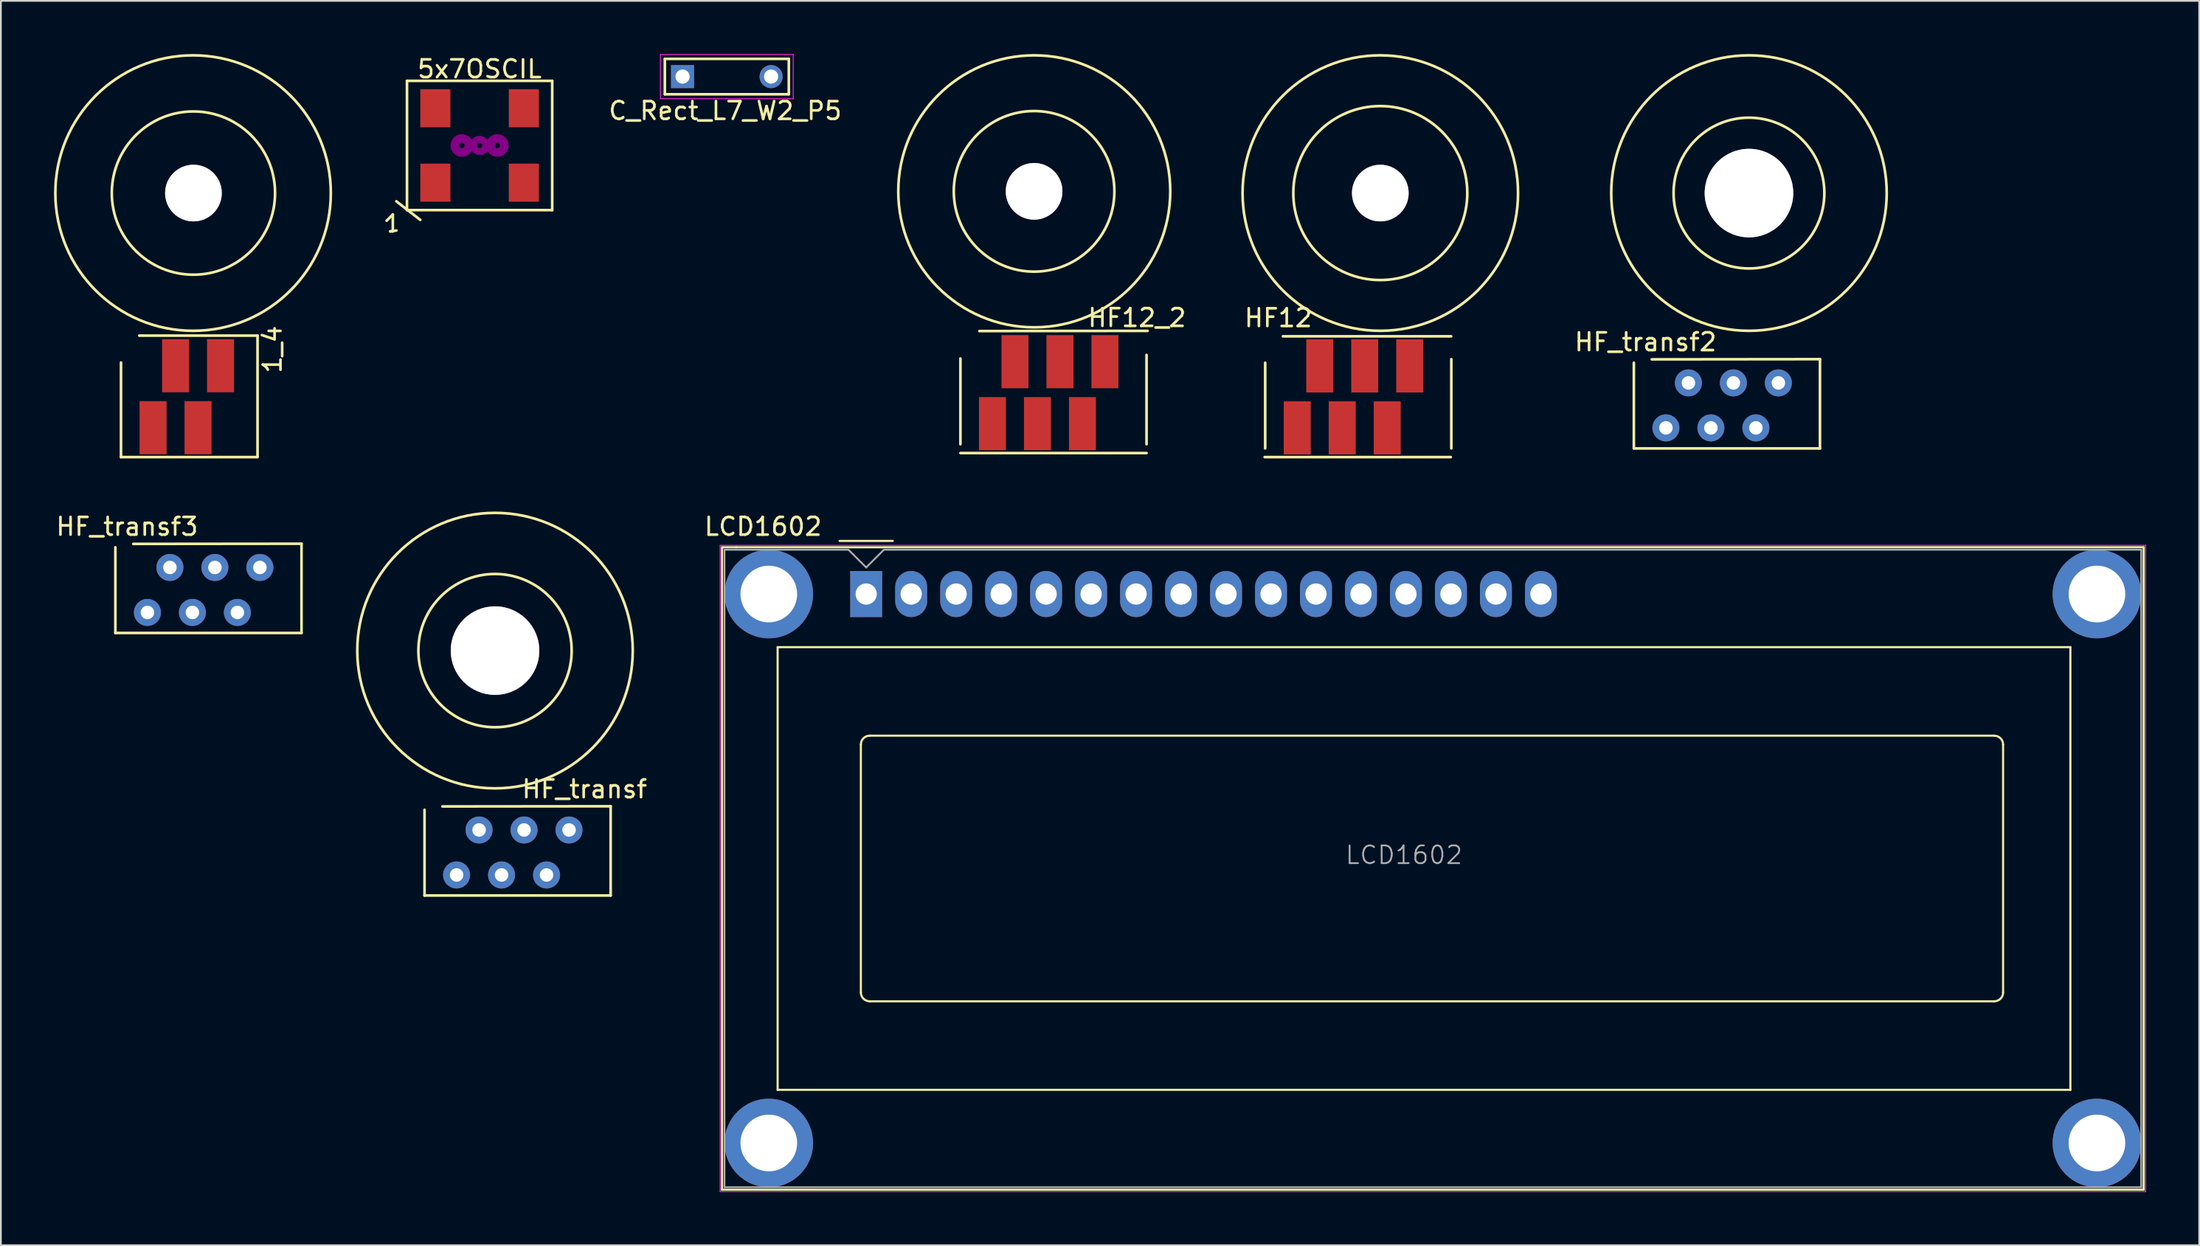
<source format=kicad_pcb>
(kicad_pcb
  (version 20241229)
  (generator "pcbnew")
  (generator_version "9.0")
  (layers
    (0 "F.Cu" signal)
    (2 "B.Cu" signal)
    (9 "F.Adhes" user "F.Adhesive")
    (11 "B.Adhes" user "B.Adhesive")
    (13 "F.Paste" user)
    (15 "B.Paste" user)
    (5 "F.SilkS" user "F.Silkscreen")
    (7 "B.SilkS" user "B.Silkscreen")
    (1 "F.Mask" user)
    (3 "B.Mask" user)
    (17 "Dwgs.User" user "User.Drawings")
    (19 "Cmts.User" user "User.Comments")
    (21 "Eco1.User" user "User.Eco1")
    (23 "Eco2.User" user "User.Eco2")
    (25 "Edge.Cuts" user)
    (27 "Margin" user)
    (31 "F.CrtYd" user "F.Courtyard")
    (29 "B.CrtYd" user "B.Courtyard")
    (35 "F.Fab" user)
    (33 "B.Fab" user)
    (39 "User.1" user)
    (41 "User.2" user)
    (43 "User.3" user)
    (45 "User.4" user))
  (footprint "1_4"
    (layer "F.Cu")
    (at 5.593 21.103)
    (property "Reference" "1_4" (at 6.74 -4.42 270) (layer "F.SilkS") (effects (font (size 1 1) (thickness 0.15))))
    (attr through_hole)
    (fp_line (start -1.81 1.66) (end -1.81 -3.68) (stroke (width 0.15) (type solid)) (layer "F.SilkS"))
    (fp_line (start -0.78 -5.2) (end 5.9 -5.2) (stroke (width 0.15) (type solid)) (layer "F.SilkS"))
    (fp_line (start 5.88 1.66) (end -1.81 1.66) (stroke (width 0.15) (type solid)) (layer "F.SilkS"))
    (fp_line (start 5.9 -5.2) (end 5.9 1.66) (stroke (width 0.15) (type solid)) (layer "F.SilkS"))
    (fp_circle (center 2.26 -13.25) (end 7.76 -7.75) (stroke (width 0.15) (type solid)) (fill no) (layer "F.SilkS"))
    (fp_circle (center 2.28 -13.25) (end 6.48 -11.35) (stroke (width 0.15) (type solid)) (fill no) (layer "F.SilkS"))
    (pad "1" smd rect (at 0 0) (size 1.524 3) (layers "F.Cu" "F.Mask" "F.Paste"))
    (pad "2" smd rect (at 1.27 -3.5) (size 1.524 3) (layers "F.Cu" "F.Mask" "F.Paste"))
    (pad "3" smd rect (at 2.54 0) (size 1.524 3) (layers "F.Cu" "F.Mask" "F.Paste"))
    (pad "4" smd rect (at 3.81 -3.5) (size 1.524 3) (layers "F.Cu" "F.Mask" "F.Paste"))
    (pad "6" thru_hole circle (at 2.28 -13.25) (size 3.2 3.2) (drill 3.2) (layers "*.Cu" "*.Mask")))
  (footprint "HF_transf"
    (layer "F.Cu")
    (at 22.733 46.361)
    (property "Reference" "HF_transf" (at 7.225 -4.85 0) (layer "F.SilkS") (effects (font (size 1 1) (thickness 0.15))))
    (attr through_hole)
    (fp_line (start -1.81 1.16) (end -1.81 -3.68) (stroke (width 0.15) (type solid)) (layer "F.SilkS"))
    (fp_line (start -0.8 -3.87) (end 8.7 -3.88) (stroke (width 0.15) (type solid)) (layer "F.SilkS"))
    (fp_line (start 8.7 -3.88) (end 8.7 1.16) (stroke (width 0.15) (type solid)) (layer "F.SilkS"))
    (fp_line (start 8.7 1.16) (end -1.81 1.16) (stroke (width 0.15) (type solid)) (layer "F.SilkS"))
    (fp_circle (center 2.17 -12.67) (end 5.27 -9.65) (stroke (width 0.15) (type solid)) (fill no) (layer "F.SilkS"))
    (fp_circle (center 2.17 -12.67) (end 7.67 -7.17) (stroke (width 0.15) (type solid)) (fill no) (layer "F.SilkS"))
    (pad "1" thru_hole circle (at 0 0) (size 1.524 1.524) (drill 0.762) (layers "*.Cu" "*.Mask"))
    (pad "2" thru_hole circle (at 1.27 -2.54) (size 1.524 1.524) (drill 0.762) (layers "*.Cu" "*.Mask"))
    (pad "3" thru_hole circle (at 2.54 0) (size 1.524 1.524) (drill 0.762) (layers "*.Cu" "*.Mask"))
    (pad "4" thru_hole circle (at 3.81 -2.54) (size 1.524 1.524) (drill 0.762) (layers "*.Cu" "*.Mask"))
    (pad "5" thru_hole circle (at 5.08 0) (size 1.524 1.524) (drill 0.762) (layers "*.Cu" "*.Mask"))
    (pad "6" thru_hole circle (at 6.35 -2.54) (size 1.524 1.524) (drill 0.762) (layers "*.Cu" "*.Mask"))
    (pad "8" thru_hole circle (at 2.17 -12.67) (size 5 5) (drill 5) (layers "*.Cu" "*.Mask")))
  (footprint "C_Rect_L7_W2_P5"
    (layer "F.Cu")
    (at 35.493 1.275)
    (property "Reference" "C_Rect_L7_W2_P5" (at 2.41 1.93 0) (layer "F.SilkS") (effects (font (size 1 1) (thickness 0.15))))
    (attr through_hole)
    (fp_line (start -1 -1) (end 6 -1) (stroke (width 0.15) (type solid)) (layer "F.SilkS"))
    (fp_line (start -1 1) (end -1 -1) (stroke (width 0.15) (type solid)) (layer "F.SilkS"))
    (fp_line (start 6 -1) (end 6 1) (stroke (width 0.15) (type solid)) (layer "F.SilkS"))
    (fp_line (start 6 1) (end -1 1) (stroke (width 0.15) (type solid)) (layer "F.SilkS"))
    (fp_line (start -1.25 -1.25) (end 6.25 -1.25) (stroke (width 0.05) (type solid)) (layer "F.CrtYd"))
    (fp_line (start -1.25 1.25) (end -1.25 -1.25) (stroke (width 0.05) (type solid)) (layer "F.CrtYd"))
    (fp_line (start 6.25 -1.25) (end 6.25 1.25) (stroke (width 0.05) (type solid)) (layer "F.CrtYd"))
    (fp_line (start 6.25 1.25) (end -1.25 1.25) (stroke (width 0.05) (type solid)) (layer "F.CrtYd"))
    (pad "1" thru_hole rect (at 0 0) (size 1.3 1.3) (drill 0.8) (layers "*.Cu" "*.Mask"))
    (pad "2" thru_hole circle (at 5 0) (size 1.3 1.3) (drill 0.8) (layers "*.Cu" "*.Mask")))
  (footprint "HF_transf3"
    (layer "F.Cu")
    (at 5.275 31.536)
    (property "Reference" "HF_transf3" (at -1.15 -4.85 0) (layer "F.SilkS") (effects (font (size 1 1) (thickness 0.15))))
    (attr through_hole)
    (fp_line (start -1.81 1.16) (end -1.81 -3.68) (stroke (width 0.15) (type solid)) (layer "F.SilkS"))
    (fp_line (start -0.8 -3.87) (end 8.7 -3.88) (stroke (width 0.15) (type solid)) (layer "F.SilkS"))
    (fp_line (start 8.7 -3.88) (end 8.7 1.16) (stroke (width 0.15) (type solid)) (layer "F.SilkS"))
    (fp_line (start 8.7 1.16) (end -1.81 1.16) (stroke (width 0.15) (type solid)) (layer "F.SilkS"))
    (pad "1" thru_hole circle (at 0 0) (size 1.524 1.524) (drill 0.762) (layers "*.Cu" "*.Mask"))
    (pad "2" thru_hole circle (at 1.27 -2.54) (size 1.524 1.524) (drill 0.762) (layers "*.Cu" "*.Mask"))
    (pad "3" thru_hole circle (at 2.54 0) (size 1.524 1.524) (drill 0.762) (layers "*.Cu" "*.Mask"))
    (pad "4" thru_hole circle (at 3.81 -2.54) (size 1.524 1.524) (drill 0.762) (layers "*.Cu" "*.Mask"))
    (pad "5" thru_hole circle (at 5.08 0) (size 1.524 1.524) (drill 0.762) (layers "*.Cu" "*.Mask"))
    (pad "6" thru_hole circle (at 6.35 -2.54) (size 1.524 1.524) (drill 0.762) (layers "*.Cu" "*.Mask")))
  (footprint "5x7OSCIL"
    (layer "F.Cu")
    (at 24.032 5.166)
    (property "Reference" "5x7OSCIL" (at 0 -4.318 0) (layer "F.SilkS") (effects (font (size 1 1) (thickness 0.15))))
    (attr smd)
    (fp_line (start -5.25 4.249) (end -4.9 3.899) (stroke (width 0.15) (type solid)) (layer "F.SilkS"))
    (fp_line (start -5.05 4.849) (end -4.699 4.801) (stroke (width 0.15) (type solid)) (layer "F.SilkS"))
    (fp_line (start -4.9 3.899) (end -4.9 4.849) (stroke (width 0.15) (type solid)) (layer "F.SilkS"))
    (fp_line (start -4.9 4.849) (end -5.05 4.849) (stroke (width 0.15) (type solid)) (layer "F.SilkS"))
    (fp_line (start -4.702 3.15) (end -3.35 4.201) (stroke (width 0.15) (type solid)) (layer "F.SilkS"))
    (fp_line (start -4.1 -3.65) (end -4.1 3.65) (stroke (width 0.15) (type solid)) (layer "F.SilkS"))
    (fp_line (start -4.1 3.65) (end 4.1 3.65) (stroke (width 0.15) (type solid)) (layer "F.SilkS"))
    (fp_line (start 4.1 -3.65) (end -4.1 -3.65) (stroke (width 0.15) (type solid)) (layer "F.SilkS"))
    (fp_line (start 4.1 3.65) (end 4.1 -3.65) (stroke (width 0.15) (type solid)) (layer "F.SilkS"))
    (fp_circle (center -1.001 0) (end -0.851 0) (stroke (width 0.381) (type solid)) (fill no) (layer "F.Adhes"))
    (fp_circle (center -1.001 0) (end -0.551 0) (stroke (width 0.381) (type solid)) (fill no) (layer "F.Adhes"))
    (fp_circle (center 0 0) (end 0.15 0) (stroke (width 0.381) (type solid)) (fill no) (layer "F.Adhes"))
    (fp_circle (center 0 0) (end 0.351 0) (stroke (width 0.381) (type solid)) (fill no) (layer "F.Adhes"))
    (fp_circle (center 1.001 0) (end 0.551 0) (stroke (width 0.381) (type solid)) (fill no) (layer "F.Adhes"))
    (fp_circle (center 1.001 0) (end 0.851 0) (stroke (width 0.381) (type solid)) (fill no) (layer "F.Adhes"))
    (pad "1" smd rect (at -2.499 2.101) (size 1.699 2.149) (layers "F.Cu" "F.Mask" "F.Paste"))
    (pad "2" smd rect (at 2.499 2.101) (size 1.699 2.149) (layers "F.Cu" "F.Mask" "F.Paste"))
    (pad "3" smd rect (at 2.499 -2.101) (size 1.699 2.149) (layers "F.Cu" "F.Mask" "F.Paste"))
    (pad "4" smd rect (at -2.499 -2.101) (size 1.699 2.149) (layers "F.Cu" "F.Mask" "F.Paste")))
  (footprint "HF12_2"
    (layer "F.Cu")
    (at 52.994 20.875)
    (property "Reference" "HF12_2" (at 8.16 -5.98 0) (layer "F.SilkS") (effects (font (size 1 1) (thickness 0.15))))
    (attr through_hole)
    (fp_line (start -1.81 1.16) (end -1.81 -3.68) (stroke (width 0.15) (type solid)) (layer "F.SilkS"))
    (fp_line (start -0.74 -5.23) (end 8.76 -5.24) (stroke (width 0.15) (type solid)) (layer "F.SilkS"))
    (fp_line (start 8.7 -3.88) (end 8.7 1.16) (stroke (width 0.15) (type solid)) (layer "F.SilkS"))
    (fp_line (start 8.7 1.66) (end -1.81 1.66) (stroke (width 0.15) (type solid)) (layer "F.SilkS"))
    (fp_circle (center 2.35 -13.12) (end 5.27 -9.65) (stroke (width 0.15) (type solid)) (fill no) (layer "F.SilkS"))
    (fp_circle (center 2.36 -13.12) (end 7.86 -7.76) (stroke (width 0.15) (type solid)) (fill no) (layer "F.SilkS"))
    (pad "1" smd rect (at 0 0) (size 1.524 3) (layers "F.Cu" "F.Mask" "F.Paste"))
    (pad "2" smd rect (at 1.27 -3.5) (size 1.524 3) (layers "F.Cu" "F.Mask" "F.Paste"))
    (pad "3" smd rect (at 2.54 0) (size 1.524 3) (layers "F.Cu" "F.Mask" "F.Paste"))
    (pad "4" smd rect (at 3.81 -3.5) (size 1.524 3) (layers "F.Cu" "F.Mask" "F.Paste"))
    (pad "5" smd rect (at 5.08 0) (size 1.524 3) (layers "F.Cu" "F.Mask" "F.Paste"))
    (pad "6" smd rect (at 6.35 -3.5) (size 1.524 3) (layers "F.Cu" "F.Mask" "F.Paste"))
    (pad "8" thru_hole circle (at 2.35 -13.12) (size 3.2 3.2) (drill 3.2) (layers "*.Cu" "*.Mask")))
  (footprint "LCD1602"
    (layer "F.Cu")
    (at 45.862 30.496)
    (property "Reference" "LCD1602" (at -5.82 -3.81 0) (layer "F.SilkS") (effects (font (size 1 1) (thickness 0.15))))
    (attr through_hole)
    (fp_line (start -8.14 -2.64) (end -8.14 33.64) (stroke (width 0.12) (type solid)) (layer "F.SilkS"))
    (fp_line (start -8.14 33.64) (end 72.14 33.64) (stroke (width 0.12) (type solid)) (layer "F.SilkS"))
    (fp_line (start -8.13 -2.64) (end -7.34 -2.64) (stroke (width 0.12) (type solid)) (layer "F.SilkS"))
    (fp_line (start -5 3) (end 68 3) (stroke (width 0.12) (type solid)) (layer "F.SilkS"))
    (fp_line (start -5 28) (end -5 3) (stroke (width 0.12) (type solid)) (layer "F.SilkS"))
    (fp_line (start -1.5 -3) (end 1.5 -3) (stroke (width 0.12) (type solid)) (layer "F.SilkS"))
    (fp_line (start -0.3 22.499) (end -0.3 8.5) (stroke (width 0.12) (type solid)) (layer "F.SilkS"))
    (fp_line (start 0.2 8) (end 63.7 8) (stroke (width 0.12) (type solid)) (layer "F.SilkS"))
    (fp_line (start 63.701 23) (end 0.2 23) (stroke (width 0.12) (type solid)) (layer "F.SilkS"))
    (fp_line (start 64.2 8.5) (end 64.2 22.5) (stroke (width 0.12) (type solid)) (layer "F.SilkS"))
    (fp_line (start 68 3) (end 68 28) (stroke (width 0.12) (type solid)) (layer "F.SilkS"))
    (fp_line (start 68 28) (end -5 28) (stroke (width 0.12) (type solid)) (layer "F.SilkS"))
    (fp_line (start 72.14 -2.64) (end -7.34 -2.64) (stroke (width 0.12) (type solid)) (layer "F.SilkS"))
    (fp_line (start 72.14 33.64) (end 72.14 -2.64) (stroke (width 0.12) (type solid)) (layer "F.SilkS"))
    (fp_arc (start -0.29972 8.49884) (mid -0.153162 8.145018) (end 0.20066 7.99846) (stroke (width 0.12) (type solid)) (layer "F.SilkS"))
    (fp_arc (start 0.20066 22.9997) (mid -0.153162 22.853142) (end -0.29972 22.49932) (stroke (width 0.12) (type solid)) (layer "F.SilkS"))
    (fp_arc (start 63.7 8) (mid 64.053553 8.146447) (end 64.2 8.5) (stroke (width 0.12) (type solid)) (layer "F.SilkS"))
    (fp_arc (start 64.20104 22.49932) (mid 64.054482 22.853142) (end 63.70066 22.9997) (stroke (width 0.12) (type solid)) (layer "F.SilkS"))
    (fp_line (start -8.25 -2.75) (end -8.25 33.75) (stroke (width 0.05) (type solid)) (layer "F.CrtYd"))
    (fp_line (start -8.25 -2.75) (end 72.25 -2.75) (stroke (width 0.05) (type solid)) (layer "F.CrtYd"))
    (fp_line (start -8.25 33.75) (end 72.25 33.75) (stroke (width 0.05) (type solid)) (layer "F.CrtYd"))
    (fp_line (start 72.25 -2.75) (end 72.25 33.75) (stroke (width 0.05) (type solid)) (layer "F.CrtYd"))
    (fp_line (start -8 33.5) (end -8 -2.5) (stroke (width 0.1) (type solid)) (layer "F.Fab"))
    (fp_line (start -1 -2.5) (end -8 -2.5) (stroke (width 0.1) (type solid)) (layer "F.Fab"))
    (fp_line (start 0 -1.5) (end -1 -2.5) (stroke (width 0.1) (type solid)) (layer "F.Fab"))
    (fp_line (start 1 -2.5) (end 0 -1.5) (stroke (width 0.1) (type solid)) (layer "F.Fab"))
    (fp_line (start 1 -2.5) (end 72 -2.5) (stroke (width 0.1) (type solid)) (layer "F.Fab"))
    (fp_line (start 72 -2.5) (end 72 33.5) (stroke (width 0.1) (type solid)) (layer "F.Fab"))
    (fp_line (start 72 33.5) (end -8 33.5) (stroke (width 0.1) (type solid)) (layer "F.Fab"))
    (fp_text user "${REFERENCE}" (at 30.37 14.74 0) (layer "F.Fab") (effects (font (size 1 1) (thickness 0.1))))
    (pad "" thru_hole circle (at -5.499 0) (size 5 5) (drill 3.2) (layers "*.Cu" "*.Mask"))
    (pad "" thru_hole circle (at -5.499 31.001) (size 5 5) (drill 3.2) (layers "*.Cu" "*.Mask"))
    (pad "" thru_hole circle (at 69.499 31.001) (size 5 5) (drill 3.2) (layers "*.Cu" "*.Mask"))
    (pad "" thru_hole circle (at 69.5 0) (size 5 5) (drill 3.2) (layers "*.Cu" "*.Mask"))
    (pad "1" thru_hole rect (at 0 0) (size 1.8 2.6) (drill 1.2) (layers "*.Cu" "*.Mask"))
    (pad "2" thru_hole oval (at 2.54 0) (size 1.8 2.6) (drill 1.2) (layers "*.Cu" "*.Mask"))
    (pad "3" thru_hole oval (at 5.08 0) (size 1.8 2.6) (drill 1.2) (layers "*.Cu" "*.Mask"))
    (pad "4" thru_hole oval (at 7.62 0) (size 1.8 2.6) (drill 1.2) (layers "*.Cu" "*.Mask"))
    (pad "5" thru_hole oval (at 10.16 0) (size 1.8 2.6) (drill 1.2) (layers "*.Cu" "*.Mask"))
    (pad "6" thru_hole oval (at 12.7 0) (size 1.8 2.6) (drill 1.2) (layers "*.Cu" "*.Mask"))
    (pad "7" thru_hole oval (at 15.24 0) (size 1.8 2.6) (drill 1.2) (layers "*.Cu" "*.Mask"))
    (pad "8" thru_hole oval (at 17.78 0) (size 1.8 2.6) (drill 1.2) (layers "*.Cu" "*.Mask"))
    (pad "9" thru_hole oval (at 20.32 0) (size 1.8 2.6) (drill 1.2) (layers "*.Cu" "*.Mask"))
    (pad "10" thru_hole oval (at 22.86 0) (size 1.8 2.6) (drill 1.2) (layers "*.Cu" "*.Mask"))
    (pad "11" thru_hole oval (at 25.4 0) (size 1.8 2.6) (drill 1.2) (layers "*.Cu" "*.Mask"))
    (pad "12" thru_hole oval (at 27.94 0) (size 1.8 2.6) (drill 1.2) (layers "*.Cu" "*.Mask"))
    (pad "13" thru_hole oval (at 30.48 0) (size 1.8 2.6) (drill 1.2) (layers "*.Cu" "*.Mask"))
    (pad "14" thru_hole oval (at 33.02 0) (size 1.8 2.6) (drill 1.2) (layers "*.Cu" "*.Mask"))
    (pad "15" thru_hole oval (at 35.56 0) (size 1.8 2.6) (drill 1.2) (layers "*.Cu" "*.Mask"))
    (pad "16" thru_hole oval (at 38.1 0) (size 1.8 2.6) (drill 1.2) (layers "*.Cu" "*.Mask")))
  (footprint "HF_transf2"
    (layer "F.Cu")
    (at 91.022 21.113)
    (property "Reference" "HF_transf2" (at -1.15 -4.85 0) (layer "F.SilkS") (effects (font (size 1 1) (thickness 0.15))))
    (attr through_hole)
    (fp_line (start -1.81 1.16) (end -1.81 -3.68) (stroke (width 0.15) (type solid)) (layer "F.SilkS"))
    (fp_line (start -0.8 -3.87) (end 8.7 -3.88) (stroke (width 0.15) (type solid)) (layer "F.SilkS"))
    (fp_line (start 8.7 -3.88) (end 8.7 1.16) (stroke (width 0.15) (type solid)) (layer "F.SilkS"))
    (fp_line (start 8.7 1.16) (end -1.81 1.16) (stroke (width 0.15) (type solid)) (layer "F.SilkS"))
    (fp_circle (center 4.69 -13.26) (end 7.74 -10.29) (stroke (width 0.15) (type solid)) (fill no) (layer "F.SilkS"))
    (fp_circle (center 4.69 -13.26) (end 10.19 -7.76) (stroke (width 0.15) (type solid)) (fill no) (layer "F.SilkS"))
    (pad "1" thru_hole circle (at 0 0) (size 1.524 1.524) (drill 0.762) (layers "*.Cu" "*.Mask"))
    (pad "2" thru_hole circle (at 1.27 -2.54) (size 1.524 1.524) (drill 0.762) (layers "*.Cu" "*.Mask"))
    (pad "3" thru_hole circle (at 2.54 0) (size 1.524 1.524) (drill 0.762) (layers "*.Cu" "*.Mask"))
    (pad "4" thru_hole circle (at 3.81 -2.54) (size 1.524 1.524) (drill 0.762) (layers "*.Cu" "*.Mask"))
    (pad "5" thru_hole circle (at 5.08 0) (size 1.524 1.524) (drill 0.762) (layers "*.Cu" "*.Mask"))
    (pad "6" thru_hole circle (at 6.35 -2.54) (size 1.524 1.524) (drill 0.762) (layers "*.Cu" "*.Mask"))
    (pad "8" thru_hole circle (at 4.69 -13.26) (size 5 5) (drill 5) (layers "*.Cu" "*.Mask")))
  (footprint "HF12"
    (layer "F.Cu")
    (at 70.204 21.113)
    (property "Reference" "HF12" (at -1.07 -6.21 0) (layer "F.SilkS") (effects (font (size 1 1) (thickness 0.15))))
    (attr through_hole)
    (fp_line (start -1.81 1.16) (end -1.81 -3.68) (stroke (width 0.15) (type solid)) (layer "F.SilkS"))
    (fp_line (start -0.81 -5.17) (end 8.69 -5.17) (stroke (width 0.15) (type solid)) (layer "F.SilkS"))
    (fp_line (start 8.67 1.65) (end -1.84 1.65) (stroke (width 0.15) (type solid)) (layer "F.SilkS"))
    (fp_line (start 8.7 -3.88) (end 8.7 1.16) (stroke (width 0.15) (type solid)) (layer "F.SilkS"))
    (fp_circle (center 4.69 -13.26) (end 8 -9.63) (stroke (width 0.15) (type solid)) (fill no) (layer "F.SilkS"))
    (fp_circle (center 4.69 -13.26) (end 10.19 -7.76) (stroke (width 0.15) (type solid)) (fill no) (layer "F.SilkS"))
    (pad "1" smd rect (at 0 0) (size 1.524 3) (layers "F.Cu" "F.Mask" "F.Paste"))
    (pad "2" smd rect (at 1.27 -3.5) (size 1.524 3) (layers "F.Cu" "F.Mask" "F.Paste"))
    (pad "3" smd rect (at 2.54 0) (size 1.524 3) (layers "F.Cu" "F.Mask" "F.Paste"))
    (pad "4" smd rect (at 3.81 -3.5) (size 1.524 3) (layers "F.Cu" "F.Mask" "F.Paste"))
    (pad "5" smd rect (at 5.08 0) (size 1.524 3) (layers "F.Cu" "F.Mask" "F.Paste"))
    (pad "6" smd rect (at 6.35 -3.5) (size 1.524 3) (layers "F.Cu" "F.Mask" "F.Paste"))
    (pad "9" thru_hole circle (at 4.69 -13.26) (size 3.2 3.2) (drill 3.2) (layers "*.Cu" "*.Mask")))
  (gr_rect
    (start -3 -3)
    (end 121.137 67.271)
    (stroke (width 0.1) (type default))
    (fill no)
    (layer "Edge.Cuts")))
</source>
